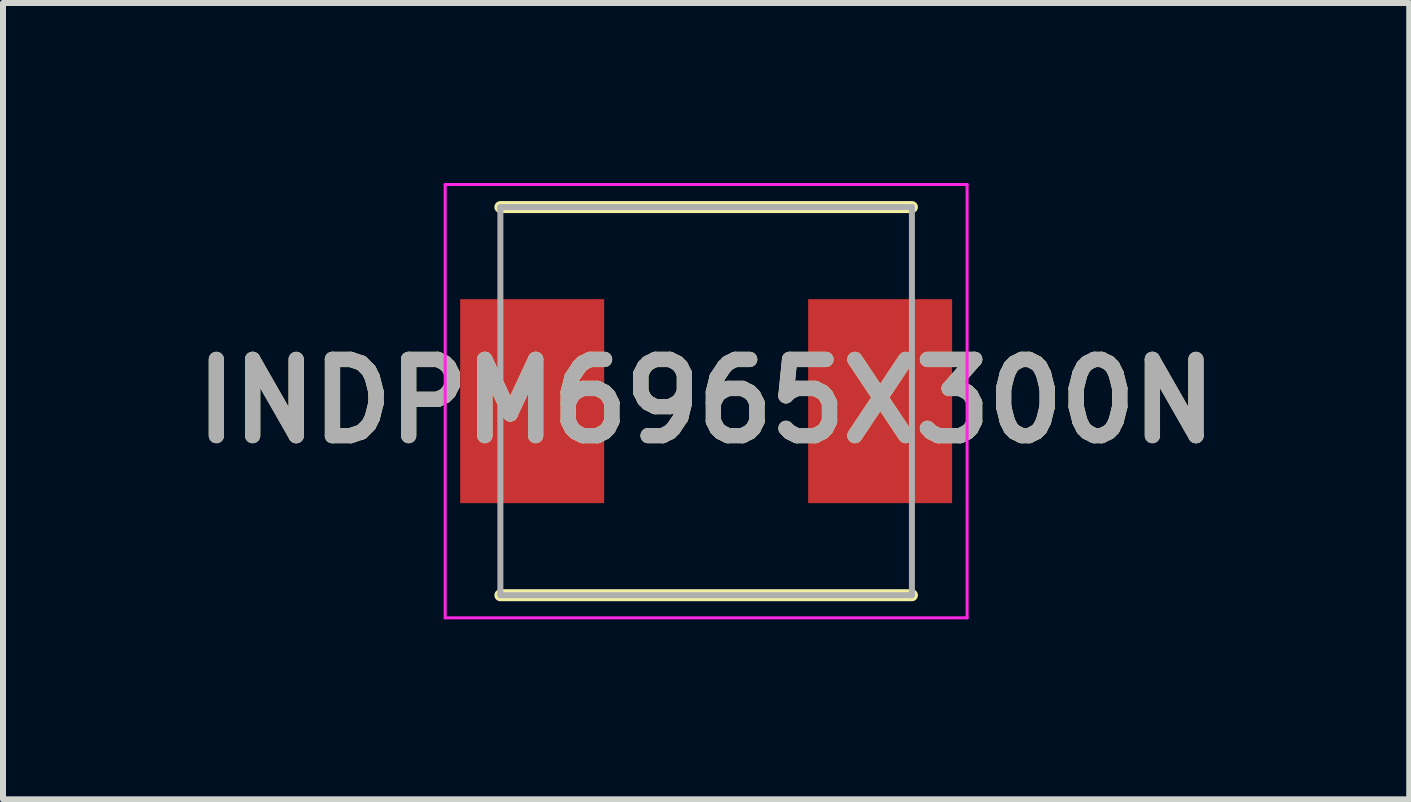
<source format=kicad_pcb>
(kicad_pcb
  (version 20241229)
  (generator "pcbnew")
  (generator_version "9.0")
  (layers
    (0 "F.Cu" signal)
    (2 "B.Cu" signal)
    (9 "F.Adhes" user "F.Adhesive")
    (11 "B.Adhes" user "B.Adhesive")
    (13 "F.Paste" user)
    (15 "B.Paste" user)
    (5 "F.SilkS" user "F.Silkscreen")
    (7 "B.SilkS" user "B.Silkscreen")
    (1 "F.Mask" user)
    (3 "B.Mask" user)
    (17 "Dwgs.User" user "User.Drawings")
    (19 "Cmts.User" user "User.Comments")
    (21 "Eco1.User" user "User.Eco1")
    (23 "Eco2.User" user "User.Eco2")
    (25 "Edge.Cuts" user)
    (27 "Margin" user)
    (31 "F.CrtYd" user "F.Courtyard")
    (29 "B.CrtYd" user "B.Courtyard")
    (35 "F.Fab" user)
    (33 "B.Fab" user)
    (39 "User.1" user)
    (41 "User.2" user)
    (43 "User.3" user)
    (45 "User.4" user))
  (footprint "INDPM6965X300N"
    (layer "F.Cu")
    (at 8.721 3.637)
    (property "Reference" "INDPM6965X300N" (at 0 0 0) (layer "F.SilkS") (effects (font (size 1.27 1.27) (thickness 0.254))))
    (attr smd)
    (fp_line (start -3.43 3.235) (end 3.43 3.235) (stroke (width 0.2) (type solid)) (layer "F.SilkS"))
    (fp_line (start 3.43 -3.235) (end -3.43 -3.235) (stroke (width 0.2) (type solid)) (layer "F.SilkS"))
    (fp_line (start -4.35 -3.612) (end 4.35 -3.612) (stroke (width 0.05) (type solid)) (layer "F.CrtYd"))
    (fp_line (start -4.35 3.612) (end -4.35 -3.612) (stroke (width 0.05) (type solid)) (layer "F.CrtYd"))
    (fp_line (start 4.35 -3.612) (end 4.35 3.612) (stroke (width 0.05) (type solid)) (layer "F.CrtYd"))
    (fp_line (start 4.35 3.612) (end -4.35 3.612) (stroke (width 0.05) (type solid)) (layer "F.CrtYd"))
    (fp_line (start -3.43 -3.235) (end 3.43 -3.235) (stroke (width 0.1) (type solid)) (layer "F.Fab"))
    (fp_line (start -3.43 3.235) (end -3.43 -3.235) (stroke (width 0.1) (type solid)) (layer "F.Fab"))
    (fp_line (start 3.43 -3.235) (end 3.43 3.235) (stroke (width 0.1) (type solid)) (layer "F.Fab"))
    (fp_line (start 3.43 3.235) (end -3.43 3.235) (stroke (width 0.1) (type solid)) (layer "F.Fab"))
    (fp_text user "${REFERENCE}" (at 0 0 0) (layer "F.Fab") (effects (font (size 1.27 1.27) (thickness 0.254))))
    (pad "1" smd rect (at -2.9 0) (size 2.4 3.4) (layers "F.Cu" "F.Mask" "F.Paste"))
    (pad "2" smd rect (at 2.9 0) (size 2.4 3.4) (layers "F.Cu" "F.Mask" "F.Paste")))
  (gr_rect
    (start -3 -3)
    (end 20.441 10.274)
    (stroke (width 0.1) (type default))
    (fill no)
    (layer "Edge.Cuts")))
</source>
